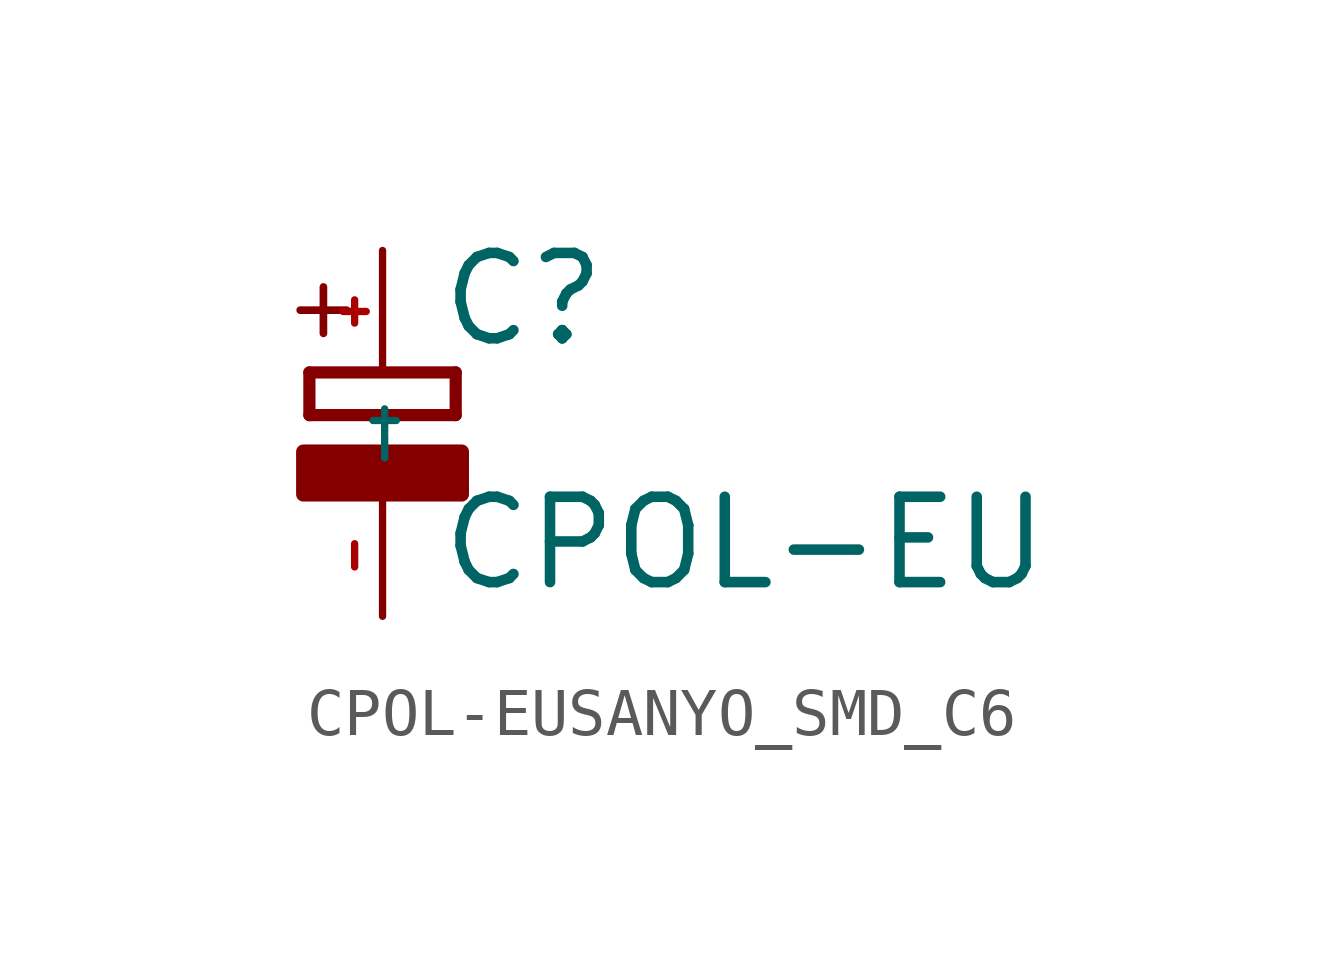
<source format=kicad_sym>
(kicad_symbol_lib
  (version 20220914)
  (generator Eagle2Kicad)
  (symbol "CPOL-EUSANYO_SMD_C6"
    (property "Reference" "C"
      (at 1.143 0.483 0)
      (effects (font (size 1.778 1.778) (thickness 0.22)) (justify left bottom)))
    (property "Value" "CPOL-EU"
      (at 1.143 -4.597 0)
      (effects (font (size 1.778 1.778) (thickness 0.22)) (justify left bottom)))
    (polyline
      (pts (xy -1.524 -0.889) (xy 1.524 -0.889))
      (stroke (width 0.254) (type default))
      (fill (type none)))
    (polyline
      (pts (xy 1.524 -0.889) (xy 1.524 0))
      (stroke (width 0.254) (type default))
      (fill (type none)))
    (polyline
      (pts (xy -1.524 0) (xy -1.524 -0.889))
      (stroke (width 0.254) (type default))
      (fill (type none)))
    (polyline
      (pts (xy -1.524 0) (xy 1.524 0))
      (stroke (width 0.254) (type default))
      (fill (type none)))
    (text "+"
      (at -0.584 0.406 900)
      (effects (font (size 1.27 1.27) (thickness 0.16)) (justify left bottom)))
    (rectangle
      (start -1.651 -2.54)
      (end 1.651 -1.651)
      (stroke (width 0.3) (type default))
      (fill (type outline)))
    (pin passive line
      (at 0 -5.08 90)
      (length 2.54)
      (name "-" (effects (font (size 0.635 0.635) (thickness 0.08)) (justify left bottom)))
      (number "-" (effects (font (size 0.635 0.635) (thickness 0.08)) (justify left bottom))))
    (pin passive line
      (at 0 2.54 270)
      (length 2.54)
      (name "+" (effects (font (size 0.635 0.635) (thickness 0.08)) (justify left bottom)))
      (number "+" (effects (font (size 0.635 0.635) (thickness 0.08)) (justify left bottom))))))
</source>
